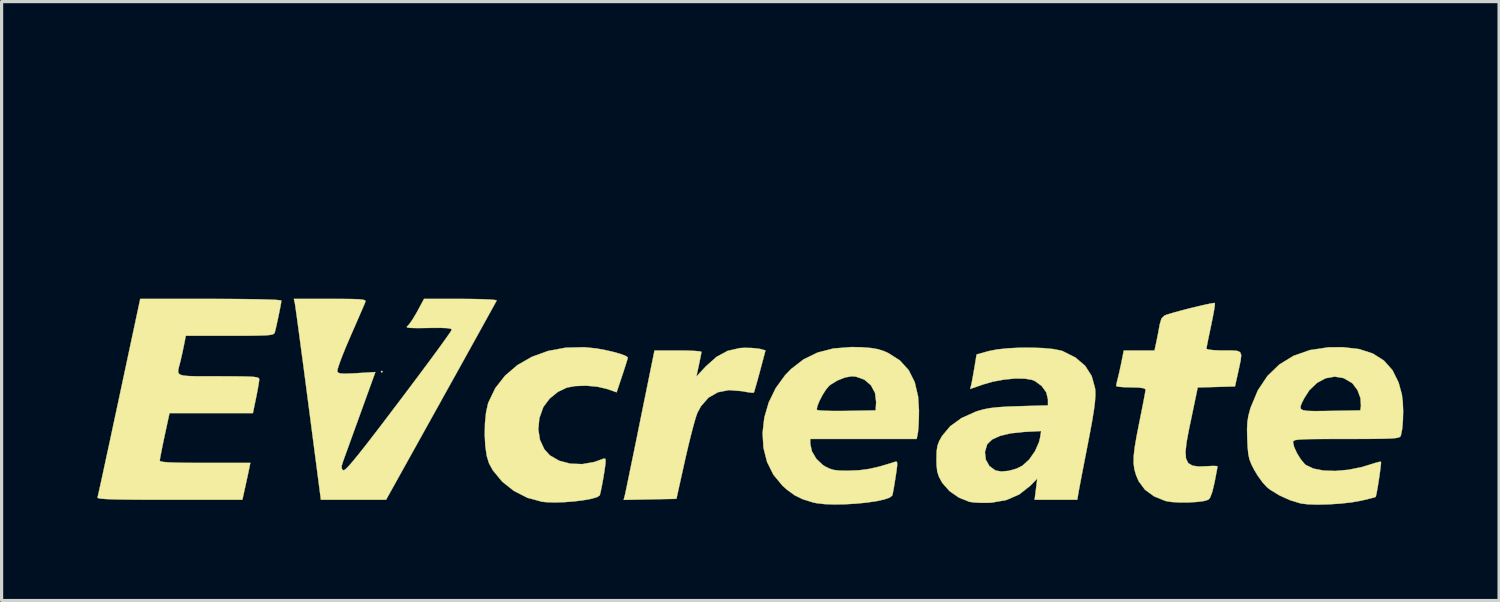
<source format=kicad_pcb>
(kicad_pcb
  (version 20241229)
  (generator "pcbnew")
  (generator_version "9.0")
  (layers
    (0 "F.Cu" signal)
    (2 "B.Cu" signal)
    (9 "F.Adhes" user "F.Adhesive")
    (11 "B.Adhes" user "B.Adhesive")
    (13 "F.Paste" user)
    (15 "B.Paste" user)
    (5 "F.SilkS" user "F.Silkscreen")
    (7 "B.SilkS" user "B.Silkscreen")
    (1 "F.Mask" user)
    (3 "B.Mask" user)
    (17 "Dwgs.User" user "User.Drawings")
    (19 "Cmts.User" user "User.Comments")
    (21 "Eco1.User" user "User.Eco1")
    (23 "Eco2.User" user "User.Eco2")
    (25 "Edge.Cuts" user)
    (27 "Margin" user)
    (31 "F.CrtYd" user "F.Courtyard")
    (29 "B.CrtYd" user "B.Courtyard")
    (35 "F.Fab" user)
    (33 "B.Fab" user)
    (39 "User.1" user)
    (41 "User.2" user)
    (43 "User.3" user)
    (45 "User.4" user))
  (footprint "EVcreate"
    (layer "F.Cu")
    (at 20.427 9.546)
    (property "Reference" "EVcreate" (at 0.744 -8.128 0) (layer "Eco2.User") (effects (font (size 1.524 1.524) (thickness 0.3))))
    (attr smd)
    (fp_poly (pts (xy -11.488 -0.953) (xy -11.517 -0.924) (xy -11.545 -0.953) (xy -11.517 -0.981) (xy -11.488 -0.953)) (stroke (width 0.01) (type solid)) (fill yes) (layer "F.SilkS"))
    (fp_poly (pts (xy 0.072 -1.695) (xy 0.262 -1.677) (xy 0.352 -1.661) (xy 0.503 -1.618) (xy 0.33 -0.968) (xy 0.26 -0.711) (xy 0.2 -0.497) (xy 0.157 -0.351) (xy 0.138 -0.295) (xy 0.076 -0.294) (xy -0.066 -0.312) (xy -0.236 -0.343) (xy -0.639 -0.376) (xy -0.988 -0.308) (xy -1.282 -0.14) (xy -1.517 0.128) (xy -1.633 0.342) (xy -1.679 0.475) (xy -1.744 0.7) (xy -1.822 0.996) (xy -1.907 1.34) (xy -1.994 1.713) (xy -2.017 1.814) (xy -2.287 3.031) (xy -3.113 3.047) (xy -3.94 3.063) (xy -3.905 2.931) (xy -3.886 2.847) (xy -3.847 2.662) (xy -3.791 2.391) (xy -3.72 2.045) (xy -3.636 1.639) (xy -3.543 1.186) (xy -3.444 0.697) (xy -3.423 0.592) (xy -2.974 -1.616) (xy -2.238 -1.616) (xy -1.961 -1.613) (xy -1.733 -1.604) (xy -1.573 -1.592) (xy -1.504 -1.576) (xy -1.503 -1.573) (xy -1.515 -1.498) (xy -1.546 -1.345) (xy -1.583 -1.165) (xy -1.661 -0.801) (xy -1.365 -1.119) (xy -1.032 -1.416) (xy -0.682 -1.605) (xy -0.3 -1.692) (xy -0.144 -1.7) (xy 0.072 -1.695)) (stroke (width 0.01) (type solid)) (fill yes) (layer "F.SilkS"))
    (fp_poly (pts (xy -4.791 -1.68) (xy -4.523 -1.631) (xy -4.268 -1.573) (xy -4.048 -1.511) (xy -3.888 -1.452) (xy -3.813 -1.404) (xy -3.81 -1.395) (xy -3.827 -1.327) (xy -3.873 -1.176) (xy -3.94 -0.967) (xy -3.985 -0.832) (xy -4.16 -0.307) (xy -4.461 -0.412) (xy -4.766 -0.483) (xy -5.117 -0.514) (xy -5.46 -0.502) (xy -5.719 -0.454) (xy -5.999 -0.321) (xy -6.256 -0.112) (xy -6.445 0.137) (xy -6.46 0.164) (xy -6.581 0.505) (xy -6.614 0.854) (xy -6.561 1.186) (xy -6.426 1.476) (xy -6.254 1.667) (xy -5.964 1.836) (xy -5.614 1.929) (xy -5.234 1.943) (xy -4.854 1.875) (xy -4.695 1.818) (xy -4.568 1.771) (xy -4.514 1.776) (xy -4.504 1.836) (xy -4.514 1.959) (xy -4.54 2.148) (xy -4.576 2.37) (xy -4.616 2.591) (xy -4.654 2.78) (xy -4.684 2.902) (xy -4.694 2.926) (xy -4.781 2.98) (xy -4.96 3.031) (xy -5.204 3.075) (xy -5.49 3.11) (xy -5.793 3.134) (xy -6.089 3.144) (xy -6.352 3.136) (xy -6.499 3.121) (xy -6.957 2.997) (xy -7.379 2.782) (xy -7.745 2.492) (xy -8.035 2.141) (xy -8.158 1.918) (xy -8.229 1.686) (xy -8.274 1.377) (xy -8.292 1.024) (xy -8.284 0.661) (xy -8.25 0.322) (xy -8.188 0.043) (xy -8.178 0.015) (xy -7.962 -0.436) (xy -7.655 -0.828) (xy -7.269 -1.158) (xy -6.815 -1.418) (xy -6.307 -1.602) (xy -5.756 -1.704) (xy -5.174 -1.719) (xy -4.791 -1.68)) (stroke (width 0.01) (type solid)) (fill yes) (layer "F.SilkS"))
    (fp_poly (pts (xy -16.313 -3.231) (xy -15.821 -3.227) (xy -15.405 -3.221) (xy -15.073 -3.212) (xy -14.833 -3.202) (xy -14.695 -3.189) (xy -14.663 -3.179) (xy -14.674 -3.096) (xy -14.704 -2.935) (xy -14.745 -2.73) (xy -14.791 -2.516) (xy -14.833 -2.326) (xy -14.865 -2.197) (xy -14.87 -2.179) (xy -14.888 -2.147) (xy -14.929 -2.123) (xy -15.007 -2.105) (xy -15.135 -2.092) (xy -15.327 -2.085) (xy -15.597 -2.08) (xy -15.96 -2.078) (xy -16.279 -2.078) (xy -17.656 -2.078) (xy -17.722 -1.746) (xy -17.769 -1.522) (xy -17.818 -1.309) (xy -17.842 -1.212) (xy -17.877 -1.082) (xy -17.897 -0.984) (xy -17.89 -0.912) (xy -17.841 -0.863) (xy -17.74 -0.832) (xy -17.571 -0.816) (xy -17.324 -0.809) (xy -16.984 -0.808) (xy -16.625 -0.808) (xy -16.208 -0.807) (xy -15.893 -0.804) (xy -15.665 -0.798) (xy -15.511 -0.788) (xy -15.418 -0.772) (xy -15.371 -0.75) (xy -15.356 -0.721) (xy -15.355 -0.715) (xy -15.367 -0.618) (xy -15.396 -0.44) (xy -15.439 -0.216) (xy -15.455 -0.137) (xy -15.555 0.346) (xy -18.167 0.346) (xy -18.32 1.054) (xy -18.378 1.33) (xy -18.426 1.568) (xy -18.459 1.743) (xy -18.473 1.831) (xy -18.473 1.833) (xy -18.446 1.857) (xy -18.359 1.875) (xy -18.202 1.888) (xy -17.964 1.897) (xy -17.634 1.903) (xy -17.203 1.905) (xy -17.054 1.905) (xy -15.635 1.905) (xy -15.674 2.093) (xy -15.706 2.248) (xy -15.753 2.465) (xy -15.798 2.67) (xy -15.884 3.06) (xy -18.166 3.06) (xy -18.761 3.059) (xy -19.249 3.057) (xy -19.639 3.052) (xy -19.939 3.046) (xy -20.159 3.037) (xy -20.307 3.026) (xy -20.392 3.011) (xy -20.422 2.993) (xy -20.422 2.987) (xy -20.405 2.919) (xy -20.367 2.748) (xy -20.309 2.485) (xy -20.234 2.141) (xy -20.145 1.726) (xy -20.042 1.252) (xy -19.93 0.727) (xy -19.809 0.164) (xy -19.74 -0.159) (xy -19.084 -3.233) (xy -16.874 -3.233) (xy -16.313 -3.231)) (stroke (width 0.01) (type solid)) (fill yes) (layer "F.SilkS"))
    (fp_poly (pts (xy 3.504 -1.718) (xy 3.804 -1.695) (xy 4.032 -1.656) (xy 4.229 -1.591) (xy 4.354 -1.534) (xy 4.715 -1.303) (xy 4.989 -1.001) (xy 5.178 -0.625) (xy 5.284 -0.173) (xy 5.311 0.255) (xy 5.307 0.516) (xy 5.297 0.753) (xy 5.282 0.928) (xy 5.275 0.974) (xy 5.239 1.155) (xy 1.905 1.155) (xy 1.905 1.301) (xy 1.957 1.542) (xy 2.096 1.778) (xy 2.3 1.971) (xy 2.372 2.016) (xy 2.51 2.085) (xy 2.647 2.126) (xy 2.819 2.146) (xy 3.06 2.15) (xy 3.143 2.149) (xy 3.453 2.134) (xy 3.751 2.093) (xy 4.072 2.02) (xy 4.452 1.906) (xy 4.566 1.869) (xy 4.608 1.865) (xy 4.628 1.9) (xy 4.627 1.995) (xy 4.605 2.171) (xy 4.578 2.348) (xy 4.541 2.583) (xy 4.507 2.778) (xy 4.482 2.901) (xy 4.476 2.924) (xy 4.398 2.99) (xy 4.225 3.05) (xy 3.978 3.104) (xy 3.678 3.148) (xy 3.345 3.181) (xy 3 3.201) (xy 2.664 3.207) (xy 2.357 3.196) (xy 2.1 3.166) (xy 2.006 3.147) (xy 1.68 3.047) (xy 1.421 2.922) (xy 1.176 2.744) (xy 1.037 2.62) (xy 0.752 2.277) (xy 0.553 1.876) (xy 0.44 1.433) (xy 0.412 0.964) (xy 0.467 0.485) (xy 0.543 0.223) (xy 2.109 0.223) (xy 2.114 0.243) (xy 2.18 0.259) (xy 2.34 0.27) (xy 2.575 0.277) (xy 2.864 0.278) (xy 3.049 0.276) (xy 3.954 0.26) (xy 3.97 0) (xy 3.935 -0.287) (xy 3.806 -0.528) (xy 3.599 -0.704) (xy 3.334 -0.798) (xy 3.204 -0.808) (xy 2.993 -0.771) (xy 2.755 -0.676) (xy 2.542 -0.546) (xy 2.49 -0.502) (xy 2.394 -0.387) (xy 2.291 -0.224) (xy 2.198 -0.046) (xy 2.132 0.114) (xy 2.109 0.223) (xy 0.543 0.223) (xy 0.604 0.014) (xy 0.822 -0.435) (xy 1.12 -0.845) (xy 1.305 -1.036) (xy 1.696 -1.338) (xy 2.133 -1.551) (xy 2.628 -1.679) (xy 3.192 -1.724) (xy 3.504 -1.718)) (stroke (width 0.01) (type solid)) (fill yes) (layer "F.SilkS"))
    (fp_poly (pts (xy 9.199 -1.692) (xy 9.515 -1.662) (xy 9.755 -1.615) (xy 9.814 -1.596) (xy 10.216 -1.394) (xy 10.519 -1.134) (xy 10.722 -0.816) (xy 10.826 -0.44) (xy 10.835 -0.361) (xy 10.838 -0.208) (xy 10.824 -0.008) (xy 10.791 0.254) (xy 10.736 0.592) (xy 10.657 1.019) (xy 10.603 1.299) (xy 10.527 1.689) (xy 10.456 2.053) (xy 10.395 2.371) (xy 10.347 2.625) (xy 10.315 2.794) (xy 10.307 2.843) (xy 10.27 3.06) (xy 8.934 3.06) (xy 8.976 2.728) (xy 9.017 2.396) (xy 8.799 2.62) (xy 8.457 2.89) (xy 8.049 3.068) (xy 7.583 3.15) (xy 7.506 3.154) (xy 7.265 3.156) (xy 7.045 3.145) (xy 6.892 3.124) (xy 6.889 3.123) (xy 6.56 2.991) (xy 6.266 2.786) (xy 6.043 2.533) (xy 6.02 2.495) (xy 5.933 2.329) (xy 5.884 2.174) (xy 5.863 1.983) (xy 5.859 1.785) (xy 5.865 1.565) (xy 7.377 1.565) (xy 7.404 1.8) (xy 7.517 2.003) (xy 7.707 2.142) (xy 7.89 2.175) (xy 8.126 2.153) (xy 8.369 2.084) (xy 8.553 1.992) (xy 8.764 1.799) (xy 8.947 1.537) (xy 9.073 1.251) (xy 9.104 1.122) (xy 9.139 0.907) (xy 8.595 0.935) (xy 8.184 0.979) (xy 7.849 1.059) (xy 7.601 1.173) (xy 7.453 1.316) (xy 7.446 1.329) (xy 7.377 1.565) (xy 5.865 1.565) (xy 5.865 1.543) (xy 5.89 1.37) (xy 5.944 1.223) (xy 6.034 1.063) (xy 6.289 0.757) (xy 6.643 0.501) (xy 7.088 0.301) (xy 7.149 0.28) (xy 7.335 0.227) (xy 7.535 0.189) (xy 7.776 0.161) (xy 8.082 0.142) (xy 8.443 0.129) (xy 9.352 0.103) (xy 9.352 -0.088) (xy 9.299 -0.305) (xy 9.156 -0.504) (xy 8.949 -0.655) (xy 8.849 -0.697) (xy 8.619 -0.736) (xy 8.315 -0.738) (xy 7.971 -0.704) (xy 7.621 -0.639) (xy 7.325 -0.554) (xy 6.917 -0.412) (xy 6.948 -0.538) (xy 6.973 -0.657) (xy 7.008 -0.849) (xy 7.047 -1.073) (xy 7.048 -1.078) (xy 7.116 -1.492) (xy 7.498 -1.598) (xy 7.758 -1.649) (xy 8.087 -1.684) (xy 8.456 -1.703) (xy 8.836 -1.705) (xy 9.199 -1.692)) (stroke (width 0.01) (type solid)) (fill yes) (layer "F.SilkS"))
    (fp_poly (pts (xy 14.58 -3.104) (xy 14.58 -3.04) (xy 14.557 -2.886) (xy 14.517 -2.665) (xy 14.463 -2.401) (xy 14.463 -2.399) (xy 14.406 -2.131) (xy 14.359 -1.904) (xy 14.328 -1.742) (xy 14.316 -1.669) (xy 14.37 -1.647) (xy 14.514 -1.629) (xy 14.723 -1.618) (xy 14.865 -1.616) (xy 15.115 -1.617) (xy 15.28 -1.605) (xy 15.373 -1.563) (xy 15.406 -1.472) (xy 15.39 -1.312) (xy 15.338 -1.066) (xy 15.307 -0.924) (xy 15.211 -0.491) (xy 14.627 -0.474) (xy 14.043 -0.458) (xy 13.981 -0.157) (xy 13.944 0.02) (xy 13.891 0.275) (xy 13.829 0.573) (xy 13.769 0.858) (xy 13.694 1.256) (xy 13.661 1.557) (xy 13.677 1.771) (xy 13.747 1.912) (xy 13.877 1.99) (xy 14.074 2.019) (xy 14.344 2.009) (xy 14.348 2.008) (xy 14.521 1.999) (xy 14.635 2.004) (xy 14.663 2.016) (xy 14.652 2.084) (xy 14.624 2.237) (xy 14.584 2.446) (xy 14.568 2.528) (xy 14.499 2.816) (xy 14.43 2.996) (xy 14.377 3.058) (xy 14.237 3.1) (xy 14.017 3.128) (xy 13.752 3.144) (xy 13.478 3.145) (xy 13.229 3.13) (xy 13.04 3.099) (xy 13.035 3.098) (xy 12.674 2.952) (xy 12.39 2.744) (xy 12.199 2.487) (xy 12.191 2.472) (xy 12.111 2.285) (xy 12.059 2.105) (xy 12.035 1.911) (xy 12.039 1.684) (xy 12.072 1.403) (xy 12.133 1.048) (xy 12.205 0.683) (xy 12.271 0.353) (xy 12.329 0.06) (xy 12.374 -0.175) (xy 12.403 -0.335) (xy 12.411 -0.396) (xy 12.354 -0.434) (xy 12.185 -0.456) (xy 11.95 -0.462) (xy 11.735 -0.467) (xy 11.574 -0.48) (xy 11.493 -0.499) (xy 11.488 -0.505) (xy 11.502 -0.585) (xy 11.535 -0.726) (xy 11.542 -0.75) (xy 11.584 -0.924) (xy 11.633 -1.149) (xy 11.661 -1.284) (xy 11.727 -1.616) (xy 12.69 -1.616) (xy 12.752 -1.904) (xy 12.798 -2.131) (xy 12.84 -2.36) (xy 12.852 -2.428) (xy 12.908 -2.618) (xy 13.006 -2.714) (xy 13.011 -2.716) (xy 13.134 -2.758) (xy 13.326 -2.814) (xy 13.564 -2.878) (xy 13.823 -2.945) (xy 14.078 -3.006) (xy 14.304 -3.058) (xy 14.476 -3.093) (xy 14.57 -3.106) (xy 14.58 -3.104)) (stroke (width 0.01) (type solid)) (fill yes) (layer "F.SilkS"))
    (fp_poly (pts (xy -12.742 -3.232) (xy -12.453 -3.229) (xy -12.251 -3.222) (xy -12.122 -3.21) (xy -12.052 -3.193) (xy -12.027 -3.168) (xy -12.031 -3.14) (xy -12.064 -3.06) (xy -12.136 -2.892) (xy -12.239 -2.655) (xy -12.364 -2.368) (xy -12.504 -2.048) (xy -12.505 -2.045) (xy -12.642 -1.726) (xy -12.757 -1.44) (xy -12.845 -1.205) (xy -12.899 -1.038) (xy -12.912 -0.958) (xy -12.912 -0.957) (xy -12.879 -0.918) (xy -12.803 -0.896) (xy -12.663 -0.89) (xy -12.439 -0.898) (xy -12.298 -0.906) (xy -11.718 -0.941) (xy -11.799 -0.716) (xy -11.844 -0.591) (xy -11.921 -0.379) (xy -12.021 -0.102) (xy -12.138 0.221) (xy -12.263 0.566) (xy -12.267 0.577) (xy -12.392 0.922) (xy -12.508 1.243) (xy -12.608 1.52) (xy -12.685 1.731) (xy -12.729 1.855) (xy -12.73 1.858) (xy -12.775 2.005) (xy -12.769 2.089) (xy -12.73 2.135) (xy -12.699 2.134) (xy -12.642 2.093) (xy -12.555 2.005) (xy -12.432 1.864) (xy -12.268 1.664) (xy -12.057 1.399) (xy -11.795 1.061) (xy -11.476 0.645) (xy -11.096 0.143) (xy -10.987 0.000195) (xy -10.654 -0.442) (xy -10.342 -0.858) (xy -10.06 -1.237) (xy -9.813 -1.572) (xy -9.61 -1.851) (xy -9.456 -2.066) (xy -9.358 -2.209) (xy -9.323 -2.269) (xy -9.323 -2.269) (xy -9.357 -2.298) (xy -9.466 -2.317) (xy -9.663 -2.325) (xy -9.959 -2.324) (xy -10.073 -2.322) (xy -10.394 -2.318) (xy -10.606 -2.323) (xy -10.718 -2.336) (xy -10.737 -2.358) (xy -10.726 -2.366) (xy -10.654 -2.444) (xy -10.549 -2.595) (xy -10.433 -2.789) (xy -10.411 -2.829) (xy -10.193 -3.233) (xy -9.046 -3.233) (xy -8.698 -3.23) (xy -8.394 -3.224) (xy -8.152 -3.214) (xy -7.988 -3.201) (xy -7.919 -3.186) (xy -7.918 -3.183) (xy -7.949 -3.125) (xy -8.031 -2.975) (xy -8.16 -2.742) (xy -8.33 -2.434) (xy -8.536 -2.061) (xy -8.775 -1.631) (xy -9.04 -1.152) (xy -9.328 -0.635) (xy -9.633 -0.087) (xy -9.66 -0.037) (xy -11.383 3.06) (xy -13.424 3.06) (xy -13.818 0.043) (xy -13.894 -0.537) (xy -13.966 -1.086) (xy -14.034 -1.592) (xy -14.094 -2.044) (xy -14.146 -2.43) (xy -14.188 -2.739) (xy -14.22 -2.961) (xy -14.238 -3.084) (xy -14.242 -3.103) (xy -14.271 -3.233) (xy -13.133 -3.233) (xy -12.742 -3.232)) (stroke (width 0.01) (type solid)) (fill yes) (layer "F.SilkS"))
    (fp_poly (pts (xy 19.101 -1.66) (xy 19.529 -1.521) (xy 19.875 -1.302) (xy 20.144 -1) (xy 20.336 -0.614) (xy 20.438 -0.241) (xy 20.468 -0.004) (xy 20.479 0.279) (xy 20.472 0.572) (xy 20.45 0.836) (xy 20.411 1.031) (xy 20.402 1.059) (xy 20.382 1.087) (xy 20.337 1.109) (xy 20.254 1.126) (xy 20.122 1.138) (xy 19.927 1.146) (xy 19.658 1.151) (xy 19.301 1.154) (xy 18.846 1.155) (xy 18.697 1.155) (xy 18.214 1.155) (xy 17.835 1.157) (xy 17.546 1.16) (xy 17.335 1.167) (xy 17.191 1.177) (xy 17.101 1.191) (xy 17.052 1.211) (xy 17.032 1.236) (xy 17.03 1.258) (xy 17.064 1.407) (xy 17.152 1.599) (xy 17.27 1.79) (xy 17.392 1.938) (xy 17.434 1.973) (xy 17.67 2.084) (xy 17.987 2.145) (xy 18.361 2.157) (xy 18.77 2.12) (xy 19.188 2.034) (xy 19.433 1.96) (xy 19.61 1.904) (xy 19.738 1.871) (xy 19.784 1.869) (xy 19.784 1.93) (xy 19.768 2.074) (xy 19.742 2.27) (xy 19.71 2.488) (xy 19.676 2.696) (xy 19.645 2.864) (xy 19.622 2.961) (xy 19.616 2.972) (xy 19.556 2.992) (xy 19.411 3.029) (xy 19.211 3.077) (xy 19.165 3.087) (xy 18.872 3.14) (xy 18.524 3.179) (xy 18.155 3.203) (xy 17.799 3.212) (xy 17.491 3.202) (xy 17.271 3.175) (xy 16.94 3.075) (xy 16.604 2.923) (xy 16.311 2.744) (xy 16.213 2.666) (xy 16.078 2.519) (xy 15.929 2.314) (xy 15.814 2.124) (xy 15.723 1.945) (xy 15.664 1.792) (xy 15.629 1.629) (xy 15.608 1.418) (xy 15.596 1.167) (xy 15.589 0.863) (xy 15.599 0.632) (xy 15.63 0.433) (xy 15.686 0.223) (xy 15.704 0.167) (xy 15.716 0.138) (xy 17.263 0.138) (xy 17.271 0.209) (xy 17.338 0.253) (xy 17.477 0.275) (xy 17.7 0.282) (xy 18.02 0.279) (xy 18.199 0.276) (xy 19.137 0.26) (xy 19.157 0.118) (xy 19.142 -0.125) (xy 19.049 -0.375) (xy 18.898 -0.578) (xy 18.874 -0.6) (xy 18.615 -0.751) (xy 18.335 -0.798) (xy 18.052 -0.747) (xy 17.782 -0.603) (xy 17.541 -0.372) (xy 17.374 -0.111) (xy 17.302 0.033) (xy 17.263 0.138) (xy 15.716 0.138) (xy 15.928 -0.369) (xy 16.228 -0.818) (xy 16.601 -1.178) (xy 17.045 -1.449) (xy 17.558 -1.629) (xy 18.138 -1.716) (xy 18.588 -1.72) (xy 19.101 -1.66)) (stroke (width 0.01) (type solid)) (fill yes) (layer "F.SilkS")))
  (gr_rect
    (start -3 -3)
    (end 43.911 15.762)
    (stroke (width 0.1) (type default))
    (fill no)
    (layer "Edge.Cuts")))
</source>
